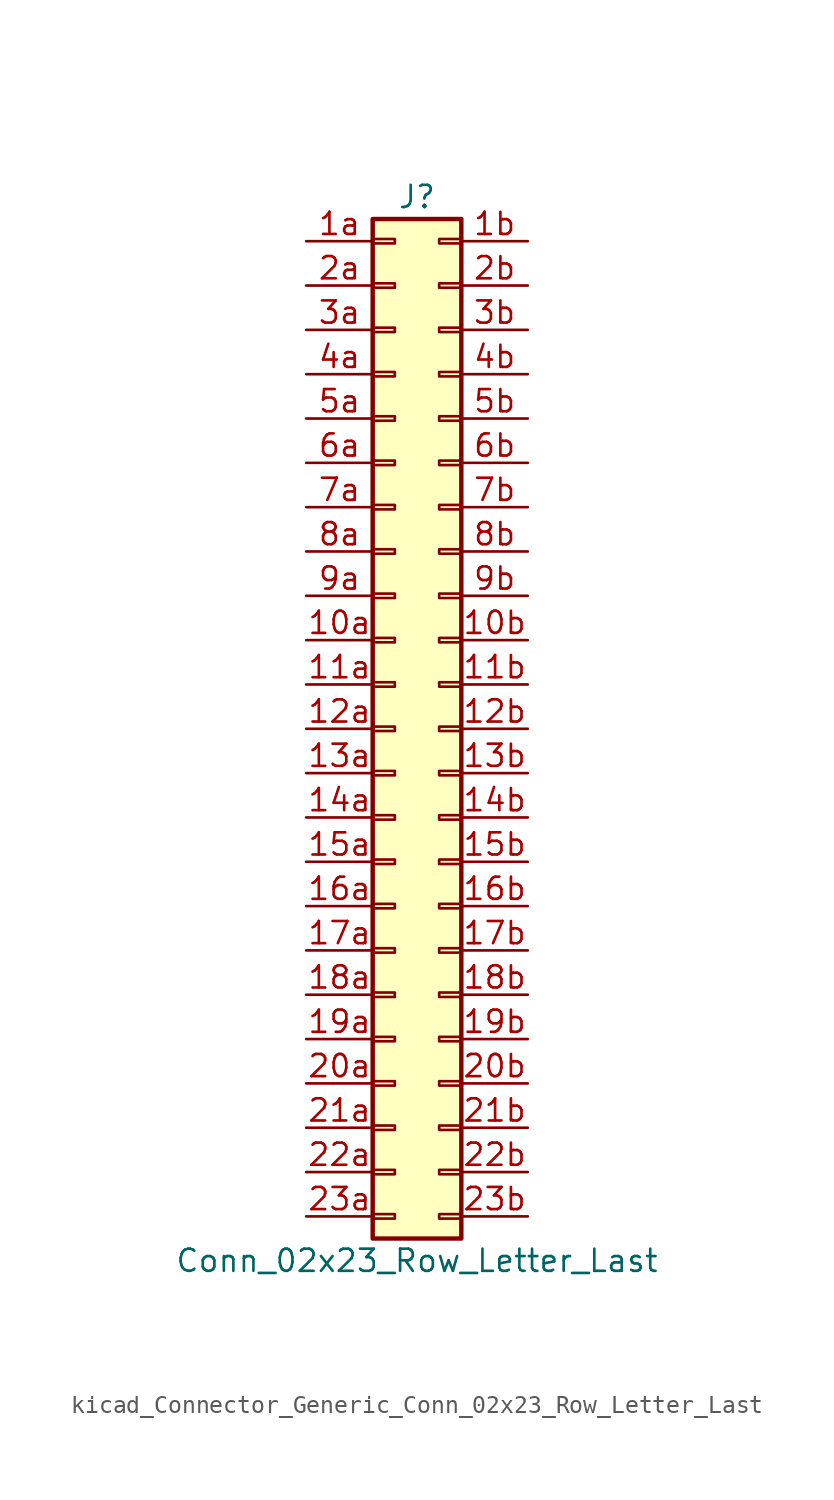
<source format=kicad_sym>
(kicad_symbol_lib
  (version 20220914)
  (generator kicad_symbol_editor)
  (symbol "kicad_Connector_Generic_Conn_02x23_Row_Letter_Last"
    (pin_names
      (offset 1.016) hide)
    (property "Reference" "J"
      (at 1.27 30.48 0)
      (effects (font (size 1.27 1.27))))
    (property "Value" "Conn_02x23_Row_Letter_Last"
      (at 1.27 -30.48 0)
      (effects (font (size 1.27 1.27))))
    (symbol "kicad_Connector_Generic_Conn_02x23_Row_Letter_Last_1_1"
      (rectangle (start -1.27 -27.813) (end 0 -28.067) (stroke (width 0.152) (type default)) (fill (type none)))
      (rectangle (start -1.27 -25.273) (end 0 -25.527) (stroke (width 0.152) (type default)) (fill (type none)))
      (rectangle (start -1.27 -22.733) (end 0 -22.987) (stroke (width 0.152) (type default)) (fill (type none)))
      (rectangle (start -1.27 -20.193) (end 0 -20.447) (stroke (width 0.152) (type default)) (fill (type none)))
      (rectangle (start -1.27 -17.653) (end 0 -17.907) (stroke (width 0.152) (type default)) (fill (type none)))
      (rectangle (start -1.27 -15.113) (end 0 -15.367) (stroke (width 0.152) (type default)) (fill (type none)))
      (rectangle (start -1.27 -12.573) (end 0 -12.827) (stroke (width 0.152) (type default)) (fill (type none)))
      (rectangle (start -1.27 -10.033) (end 0 -10.287) (stroke (width 0.152) (type default)) (fill (type none)))
      (rectangle (start -1.27 -7.493) (end 0 -7.747) (stroke (width 0.152) (type default)) (fill (type none)))
      (rectangle (start -1.27 -4.953) (end 0 -5.207) (stroke (width 0.152) (type default)) (fill (type none)))
      (rectangle (start -1.27 -2.413) (end 0 -2.667) (stroke (width 0.152) (type default)) (fill (type none)))
      (rectangle (start -1.27 0.127) (end 0 -0.127) (stroke (width 0.152) (type default)) (fill (type none)))
      (rectangle (start -1.27 2.667) (end 0 2.413) (stroke (width 0.152) (type default)) (fill (type none)))
      (rectangle (start -1.27 5.207) (end 0 4.953) (stroke (width 0.152) (type default)) (fill (type none)))
      (rectangle (start -1.27 7.747) (end 0 7.493) (stroke (width 0.152) (type default)) (fill (type none)))
      (rectangle (start -1.27 10.287) (end 0 10.033) (stroke (width 0.152) (type default)) (fill (type none)))
      (rectangle (start -1.27 12.827) (end 0 12.573) (stroke (width 0.152) (type default)) (fill (type none)))
      (rectangle (start -1.27 15.367) (end 0 15.113) (stroke (width 0.152) (type default)) (fill (type none)))
      (rectangle (start -1.27 17.907) (end 0 17.653) (stroke (width 0.152) (type default)) (fill (type none)))
      (rectangle (start -1.27 20.447) (end 0 20.193) (stroke (width 0.152) (type default)) (fill (type none)))
      (rectangle (start -1.27 22.987) (end 0 22.733) (stroke (width 0.152) (type default)) (fill (type none)))
      (rectangle (start -1.27 25.527) (end 0 25.273) (stroke (width 0.152) (type default)) (fill (type none)))
      (rectangle (start -1.27 28.067) (end 0 27.813) (stroke (width 0.152) (type default)) (fill (type none)))
      (rectangle (start -1.27 29.21) (end 3.81 -29.21) (stroke (width 0.254) (type default)) (fill (type background)))
      (rectangle (start 3.81 -27.813) (end 2.54 -28.067) (stroke (width 0.152) (type default)) (fill (type none)))
      (rectangle (start 3.81 -25.273) (end 2.54 -25.527) (stroke (width 0.152) (type default)) (fill (type none)))
      (rectangle (start 3.81 -22.733) (end 2.54 -22.987) (stroke (width 0.152) (type default)) (fill (type none)))
      (rectangle (start 3.81 -20.193) (end 2.54 -20.447) (stroke (width 0.152) (type default)) (fill (type none)))
      (rectangle (start 3.81 -17.653) (end 2.54 -17.907) (stroke (width 0.152) (type default)) (fill (type none)))
      (rectangle (start 3.81 -15.113) (end 2.54 -15.367) (stroke (width 0.152) (type default)) (fill (type none)))
      (rectangle (start 3.81 -12.573) (end 2.54 -12.827) (stroke (width 0.152) (type default)) (fill (type none)))
      (rectangle (start 3.81 -10.033) (end 2.54 -10.287) (stroke (width 0.152) (type default)) (fill (type none)))
      (rectangle (start 3.81 -7.493) (end 2.54 -7.747) (stroke (width 0.152) (type default)) (fill (type none)))
      (rectangle (start 3.81 -4.953) (end 2.54 -5.207) (stroke (width 0.152) (type default)) (fill (type none)))
      (rectangle (start 3.81 -2.413) (end 2.54 -2.667) (stroke (width 0.152) (type default)) (fill (type none)))
      (rectangle (start 3.81 0.127) (end 2.54 -0.127) (stroke (width 0.152) (type default)) (fill (type none)))
      (rectangle (start 3.81 2.667) (end 2.54 2.413) (stroke (width 0.152) (type default)) (fill (type none)))
      (rectangle (start 3.81 5.207) (end 2.54 4.953) (stroke (width 0.152) (type default)) (fill (type none)))
      (rectangle (start 3.81 7.747) (end 2.54 7.493) (stroke (width 0.152) (type default)) (fill (type none)))
      (rectangle (start 3.81 10.287) (end 2.54 10.033) (stroke (width 0.152) (type default)) (fill (type none)))
      (rectangle (start 3.81 12.827) (end 2.54 12.573) (stroke (width 0.152) (type default)) (fill (type none)))
      (rectangle (start 3.81 15.367) (end 2.54 15.113) (stroke (width 0.152) (type default)) (fill (type none)))
      (rectangle (start 3.81 17.907) (end 2.54 17.653) (stroke (width 0.152) (type default)) (fill (type none)))
      (rectangle (start 3.81 20.447) (end 2.54 20.193) (stroke (width 0.152) (type default)) (fill (type none)))
      (rectangle (start 3.81 22.987) (end 2.54 22.733) (stroke (width 0.152) (type default)) (fill (type none)))
      (rectangle (start 3.81 25.527) (end 2.54 25.273) (stroke (width 0.152) (type default)) (fill (type none)))
      (rectangle (start 3.81 28.067) (end 2.54 27.813) (stroke (width 0.152) (type default)) (fill (type none)))
      (pin passive line (at -5.08 5.08 0) (length 3.81) (name "Pin_10a" (effects (font (size 1.27 1.27)))) (number "10a" (effects (font (size 1.27 1.27)))))
      (pin passive line (at 7.62 5.08 180) (length 3.81) (name "Pin_10b" (effects (font (size 1.27 1.27)))) (number "10b" (effects (font (size 1.27 1.27)))))
      (pin passive line (at -5.08 2.54 0) (length 3.81) (name "Pin_11a" (effects (font (size 1.27 1.27)))) (number "11a" (effects (font (size 1.27 1.27)))))
      (pin passive line (at 7.62 2.54 180) (length 3.81) (name "Pin_11b" (effects (font (size 1.27 1.27)))) (number "11b" (effects (font (size 1.27 1.27)))))
      (pin passive line (at -5.08 0 0) (length 3.81) (name "Pin_12a" (effects (font (size 1.27 1.27)))) (number "12a" (effects (font (size 1.27 1.27)))))
      (pin passive line (at 7.62 0 180) (length 3.81) (name "Pin_12b" (effects (font (size 1.27 1.27)))) (number "12b" (effects (font (size 1.27 1.27)))))
      (pin passive line (at -5.08 -2.54 0) (length 3.81) (name "Pin_13a" (effects (font (size 1.27 1.27)))) (number "13a" (effects (font (size 1.27 1.27)))))
      (pin passive line (at 7.62 -2.54 180) (length 3.81) (name "Pin_13b" (effects (font (size 1.27 1.27)))) (number "13b" (effects (font (size 1.27 1.27)))))
      (pin passive line (at -5.08 -5.08 0) (length 3.81) (name "Pin_14a" (effects (font (size 1.27 1.27)))) (number "14a" (effects (font (size 1.27 1.27)))))
      (pin passive line (at 7.62 -5.08 180) (length 3.81) (name "Pin_14b" (effects (font (size 1.27 1.27)))) (number "14b" (effects (font (size 1.27 1.27)))))
      (pin passive line (at -5.08 -7.62 0) (length 3.81) (name "Pin_15a" (effects (font (size 1.27 1.27)))) (number "15a" (effects (font (size 1.27 1.27)))))
      (pin passive line (at 7.62 -7.62 180) (length 3.81) (name "Pin_15b" (effects (font (size 1.27 1.27)))) (number "15b" (effects (font (size 1.27 1.27)))))
      (pin passive line (at -5.08 -10.16 0) (length 3.81) (name "Pin_16a" (effects (font (size 1.27 1.27)))) (number "16a" (effects (font (size 1.27 1.27)))))
      (pin passive line (at 7.62 -10.16 180) (length 3.81) (name "Pin_16b" (effects (font (size 1.27 1.27)))) (number "16b" (effects (font (size 1.27 1.27)))))
      (pin passive line (at -5.08 -12.7 0) (length 3.81) (name "Pin_17a" (effects (font (size 1.27 1.27)))) (number "17a" (effects (font (size 1.27 1.27)))))
      (pin passive line (at 7.62 -12.7 180) (length 3.81) (name "Pin_17b" (effects (font (size 1.27 1.27)))) (number "17b" (effects (font (size 1.27 1.27)))))
      (pin passive line (at -5.08 -15.24 0) (length 3.81) (name "Pin_18a" (effects (font (size 1.27 1.27)))) (number "18a" (effects (font (size 1.27 1.27)))))
      (pin passive line (at 7.62 -15.24 180) (length 3.81) (name "Pin_18b" (effects (font (size 1.27 1.27)))) (number "18b" (effects (font (size 1.27 1.27)))))
      (pin passive line (at -5.08 -17.78 0) (length 3.81) (name "Pin_19a" (effects (font (size 1.27 1.27)))) (number "19a" (effects (font (size 1.27 1.27)))))
      (pin passive line (at 7.62 -17.78 180) (length 3.81) (name "Pin_19b" (effects (font (size 1.27 1.27)))) (number "19b" (effects (font (size 1.27 1.27)))))
      (pin passive line (at -5.08 27.94 0) (length 3.81) (name "Pin_1a" (effects (font (size 1.27 1.27)))) (number "1a" (effects (font (size 1.27 1.27)))))
      (pin passive line (at 7.62 27.94 180) (length 3.81) (name "Pin_1b" (effects (font (size 1.27 1.27)))) (number "1b" (effects (font (size 1.27 1.27)))))
      (pin passive line (at -5.08 -20.32 0) (length 3.81) (name "Pin_20a" (effects (font (size 1.27 1.27)))) (number "20a" (effects (font (size 1.27 1.27)))))
      (pin passive line (at 7.62 -20.32 180) (length 3.81) (name "Pin_20b" (effects (font (size 1.27 1.27)))) (number "20b" (effects (font (size 1.27 1.27)))))
      (pin passive line (at -5.08 -22.86 0) (length 3.81) (name "Pin_21a" (effects (font (size 1.27 1.27)))) (number "21a" (effects (font (size 1.27 1.27)))))
      (pin passive line (at 7.62 -22.86 180) (length 3.81) (name "Pin_21b" (effects (font (size 1.27 1.27)))) (number "21b" (effects (font (size 1.27 1.27)))))
      (pin passive line (at -5.08 -25.4 0) (length 3.81) (name "Pin_22a" (effects (font (size 1.27 1.27)))) (number "22a" (effects (font (size 1.27 1.27)))))
      (pin passive line (at 7.62 -25.4 180) (length 3.81) (name "Pin_22b" (effects (font (size 1.27 1.27)))) (number "22b" (effects (font (size 1.27 1.27)))))
      (pin passive line (at -5.08 -27.94 0) (length 3.81) (name "Pin_23a" (effects (font (size 1.27 1.27)))) (number "23a" (effects (font (size 1.27 1.27)))))
      (pin passive line (at 7.62 -27.94 180) (length 3.81) (name "Pin_23b" (effects (font (size 1.27 1.27)))) (number "23b" (effects (font (size 1.27 1.27)))))
      (pin passive line (at -5.08 25.4 0) (length 3.81) (name "Pin_2a" (effects (font (size 1.27 1.27)))) (number "2a" (effects (font (size 1.27 1.27)))))
      (pin passive line (at 7.62 25.4 180) (length 3.81) (name "Pin_2b" (effects (font (size 1.27 1.27)))) (number "2b" (effects (font (size 1.27 1.27)))))
      (pin passive line (at -5.08 22.86 0) (length 3.81) (name "Pin_3a" (effects (font (size 1.27 1.27)))) (number "3a" (effects (font (size 1.27 1.27)))))
      (pin passive line (at 7.62 22.86 180) (length 3.81) (name "Pin_3b" (effects (font (size 1.27 1.27)))) (number "3b" (effects (font (size 1.27 1.27)))))
      (pin passive line (at -5.08 20.32 0) (length 3.81) (name "Pin_4a" (effects (font (size 1.27 1.27)))) (number "4a" (effects (font (size 1.27 1.27)))))
      (pin passive line (at 7.62 20.32 180) (length 3.81) (name "Pin_4b" (effects (font (size 1.27 1.27)))) (number "4b" (effects (font (size 1.27 1.27)))))
      (pin passive line (at -5.08 17.78 0) (length 3.81) (name "Pin_5a" (effects (font (size 1.27 1.27)))) (number "5a" (effects (font (size 1.27 1.27)))))
      (pin passive line (at 7.62 17.78 180) (length 3.81) (name "Pin_5b" (effects (font (size 1.27 1.27)))) (number "5b" (effects (font (size 1.27 1.27)))))
      (pin passive line (at -5.08 15.24 0) (length 3.81) (name "Pin_6a" (effects (font (size 1.27 1.27)))) (number "6a" (effects (font (size 1.27 1.27)))))
      (pin passive line (at 7.62 15.24 180) (length 3.81) (name "Pin_6b" (effects (font (size 1.27 1.27)))) (number "6b" (effects (font (size 1.27 1.27)))))
      (pin passive line (at -5.08 12.7 0) (length 3.81) (name "Pin_7a" (effects (font (size 1.27 1.27)))) (number "7a" (effects (font (size 1.27 1.27)))))
      (pin passive line (at 7.62 12.7 180) (length 3.81) (name "Pin_7b" (effects (font (size 1.27 1.27)))) (number "7b" (effects (font (size 1.27 1.27)))))
      (pin passive line (at -5.08 10.16 0) (length 3.81) (name "Pin_8a" (effects (font (size 1.27 1.27)))) (number "8a" (effects (font (size 1.27 1.27)))))
      (pin passive line (at 7.62 10.16 180) (length 3.81) (name "Pin_8b" (effects (font (size 1.27 1.27)))) (number "8b" (effects (font (size 1.27 1.27)))))
      (pin passive line (at -5.08 7.62 0) (length 3.81) (name "Pin_9a" (effects (font (size 1.27 1.27)))) (number "9a" (effects (font (size 1.27 1.27)))))
      (pin passive line (at 7.62 7.62 180) (length 3.81) (name "Pin_9b" (effects (font (size 1.27 1.27)))) (number "9b" (effects (font (size 1.27 1.27))))))))
</source>
